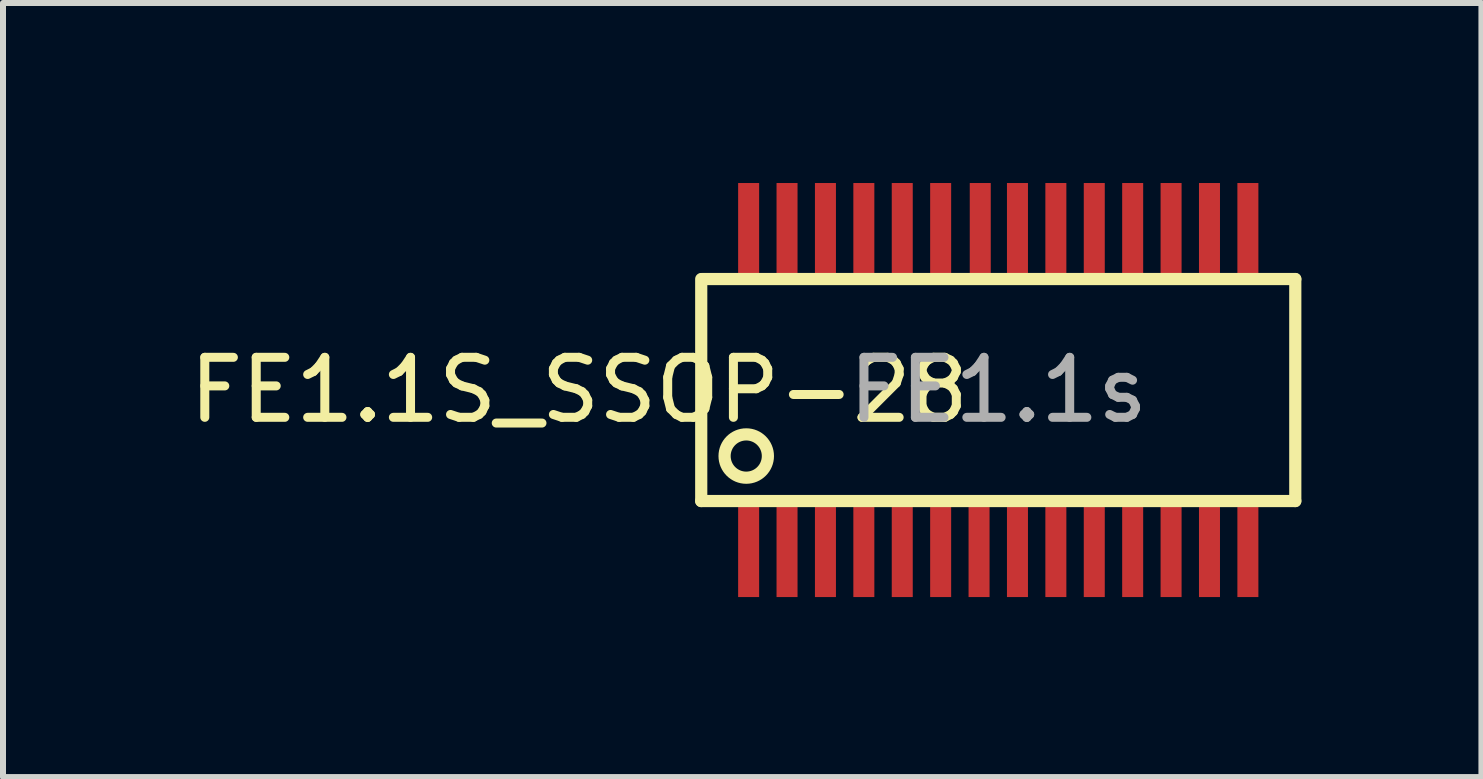
<source format=kicad_pcb>
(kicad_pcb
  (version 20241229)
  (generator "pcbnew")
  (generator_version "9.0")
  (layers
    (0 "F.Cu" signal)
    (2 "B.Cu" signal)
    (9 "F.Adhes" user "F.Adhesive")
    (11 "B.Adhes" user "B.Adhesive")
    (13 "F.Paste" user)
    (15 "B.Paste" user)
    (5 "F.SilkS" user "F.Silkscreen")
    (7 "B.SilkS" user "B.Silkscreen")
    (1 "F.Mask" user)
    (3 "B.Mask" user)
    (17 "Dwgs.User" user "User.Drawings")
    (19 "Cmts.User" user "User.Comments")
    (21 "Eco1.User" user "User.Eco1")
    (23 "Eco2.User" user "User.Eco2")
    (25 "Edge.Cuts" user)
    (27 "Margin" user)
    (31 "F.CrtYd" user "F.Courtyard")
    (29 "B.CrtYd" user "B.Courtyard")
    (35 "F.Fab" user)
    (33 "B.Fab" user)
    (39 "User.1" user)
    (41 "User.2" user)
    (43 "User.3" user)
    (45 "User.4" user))
  (footprint "FE1.1S_SSOP-28"
    (layer "F.Cu")
    (at 13.586 3.45)
    (property "Reference" "FE1.1S_SSOP-28" (at -6.985 0 180) (layer "F.SilkS") (effects (font (size 1 1) (thickness 0.15))))
    (attr smd)
    (fp_line (start -4.95 -1.85) (end -4.95 1.85) (stroke (width 0.203) (type solid)) (layer "F.SilkS"))
    (fp_line (start -4.95 1.85) (end 4.95 1.85) (stroke (width 0.203) (type solid)) (layer "F.SilkS"))
    (fp_line (start -4.93 -1.85) (end 4.95 -1.85) (stroke (width 0.203) (type solid)) (layer "F.SilkS"))
    (fp_line (start 4.95 1.85) (end 4.95 -1.85) (stroke (width 0.203) (type solid)) (layer "F.SilkS"))
    (fp_circle (center -4.2 1.1) (end -3.839 1.1) (stroke (width 0.203) (type solid)) (fill no) (layer "F.SilkS"))
    (fp_text user "FE1.1s" (at 0 0 0) (layer "F.Fab") (effects (font (size 1 1) (thickness 0.15))))
    (pad "1" smd rect (at -4.16 2.7) (size 0.35 1.5) (layers "F.Cu" "F.Mask" "F.Paste"))
    (pad "2" smd rect (at -3.52 2.7) (size 0.35 1.5) (layers "F.Cu" "F.Mask" "F.Paste"))
    (pad "3" smd rect (at -2.88 2.7) (size 0.35 1.5) (layers "F.Cu" "F.Mask" "F.Paste"))
    (pad "4" smd rect (at -2.24 2.7) (size 0.35 1.5) (layers "F.Cu" "F.Mask" "F.Paste"))
    (pad "5" smd rect (at -1.6 2.7) (size 0.35 1.5) (layers "F.Cu" "F.Mask" "F.Paste"))
    (pad "6" smd rect (at -0.96 2.7) (size 0.35 1.5) (layers "F.Cu" "F.Mask" "F.Paste"))
    (pad "7" smd rect (at -0.32 2.7) (size 0.35 1.5) (layers "F.Cu" "F.Mask" "F.Paste"))
    (pad "8" smd rect (at 0.32 2.7) (size 0.35 1.5) (layers "F.Cu" "F.Mask" "F.Paste"))
    (pad "9" smd rect (at 0.96 2.7) (size 0.35 1.5) (layers "F.Cu" "F.Mask" "F.Paste"))
    (pad "10" smd rect (at 1.6 2.7) (size 0.35 1.5) (layers "F.Cu" "F.Mask" "F.Paste"))
    (pad "11" smd rect (at 2.24 2.7) (size 0.35 1.5) (layers "F.Cu" "F.Mask" "F.Paste"))
    (pad "12" smd rect (at 2.88 2.7) (size 0.35 1.5) (layers "F.Cu" "F.Mask" "F.Paste"))
    (pad "13" smd rect (at 3.52 2.7) (size 0.35 1.5) (layers "F.Cu" "F.Mask" "F.Paste"))
    (pad "14" smd rect (at 4.16 2.7) (size 0.35 1.5) (layers "F.Cu" "F.Mask" "F.Paste"))
    (pad "15" smd rect (at 4.16 -2.7) (size 0.35 1.5) (layers "F.Cu" "F.Mask" "F.Paste"))
    (pad "16" smd rect (at 3.52 -2.7) (size 0.35 1.5) (layers "F.Cu" "F.Mask" "F.Paste"))
    (pad "17" smd rect (at 2.88 -2.7) (size 0.35 1.5) (layers "F.Cu" "F.Mask" "F.Paste"))
    (pad "18" smd rect (at 2.24 -2.7) (size 0.35 1.5) (layers "F.Cu" "F.Mask" "F.Paste"))
    (pad "19" smd rect (at 1.6 -2.7) (size 0.35 1.5) (layers "F.Cu" "F.Mask" "F.Paste"))
    (pad "20" smd rect (at 0.96 -2.7) (size 0.35 1.5) (layers "F.Cu" "F.Mask" "F.Paste"))
    (pad "21" smd rect (at 0.32 -2.7) (size 0.35 1.5) (layers "F.Cu" "F.Mask" "F.Paste"))
    (pad "22" smd rect (at -0.3 -2.7) (size 0.35 1.5) (layers "F.Cu" "F.Mask" "F.Paste"))
    (pad "23" smd rect (at -0.96 -2.7) (size 0.35 1.5) (layers "F.Cu" "F.Mask" "F.Paste"))
    (pad "24" smd rect (at -1.6 -2.7) (size 0.35 1.5) (layers "F.Cu" "F.Mask" "F.Paste"))
    (pad "25" smd rect (at -2.24 -2.7) (size 0.35 1.5) (layers "F.Cu" "F.Mask" "F.Paste"))
    (pad "26" smd rect (at -2.88 -2.7) (size 0.35 1.5) (layers "F.Cu" "F.Mask" "F.Paste"))
    (pad "27" smd rect (at -3.52 -2.7) (size 0.35 1.5) (layers "F.Cu" "F.Mask" "F.Paste"))
    (pad "28" smd rect (at -4.16 -2.7) (size 0.35 1.5) (layers "F.Cu" "F.Mask" "F.Paste")))
  (gr_rect
    (start -3 -3)
    (end 21.638 9.9)
    (stroke (width 0.1) (type default))
    (fill no)
    (layer "Edge.Cuts")))
</source>
